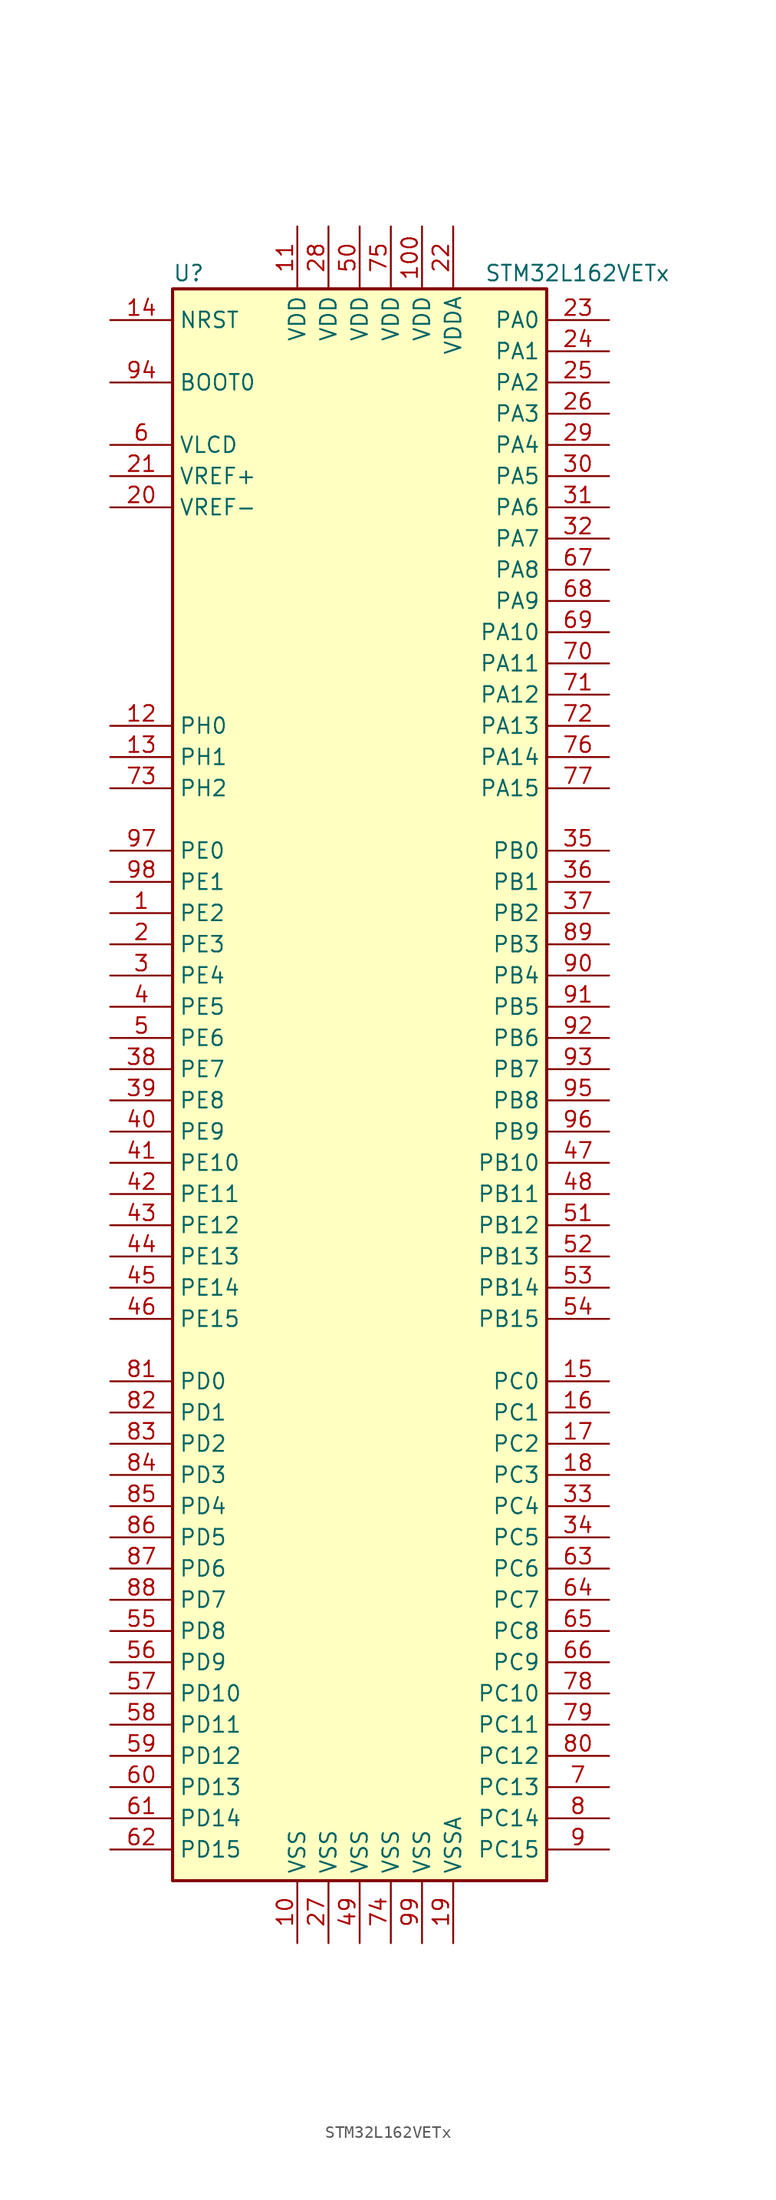
<source format=kicad_sym>
(kicad_symbol_lib
  (version 20211014)
  (generator kicad_symbol_editor)
  (symbol "STM32L162VETx"
    (property "Reference" "U"
      (at -15.24 64.77 0)
      (effects (font (size 1.27 1.27)) (justify left)))
    (property "Value" "STM32L162VETx"
      (at 10.16 64.77 0)
      (effects (font (size 1.27 1.27)) (justify left)))
    (symbol "STM32L162VETx_0_1"
      (rectangle (start -15.24 -66.04) (end 15.24 63.5) (stroke (width 0.254) (type default) (color 0 0 0 0)) (fill (type background))))
    (symbol "STM32L162VETx_1_1"
      (pin bidirectional line (at -20.32 12.7 0) (length 5.08) (name "PE2" (effects (font (size 1.27 1.27)))) (number "1" (effects (font (size 1.27 1.27)))))
      (pin power_in line (at -5.08 -71.12 90) (length 5.08) (name "VSS" (effects (font (size 1.27 1.27)))) (number "10" (effects (font (size 1.27 1.27)))))
      (pin power_in line (at 5.08 68.58 270) (length 5.08) (name "VDD" (effects (font (size 1.27 1.27)))) (number "100" (effects (font (size 1.27 1.27)))))
      (pin power_in line (at -5.08 68.58 270) (length 5.08) (name "VDD" (effects (font (size 1.27 1.27)))) (number "11" (effects (font (size 1.27 1.27)))))
      (pin input line (at -20.32 27.94 0) (length 5.08) (name "PH0" (effects (font (size 1.27 1.27)))) (number "12" (effects (font (size 1.27 1.27)))))
      (pin input line (at -20.32 25.4 0) (length 5.08) (name "PH1" (effects (font (size 1.27 1.27)))) (number "13" (effects (font (size 1.27 1.27)))))
      (pin input line (at -20.32 60.96 0) (length 5.08) (name "NRST" (effects (font (size 1.27 1.27)))) (number "14" (effects (font (size 1.27 1.27)))))
      (pin bidirectional line (at 20.32 -25.4 180) (length 5.08) (name "PC0" (effects (font (size 1.27 1.27)))) (number "15" (effects (font (size 1.27 1.27)))))
      (pin bidirectional line (at 20.32 -27.94 180) (length 5.08) (name "PC1" (effects (font (size 1.27 1.27)))) (number "16" (effects (font (size 1.27 1.27)))))
      (pin bidirectional line (at 20.32 -30.48 180) (length 5.08) (name "PC2" (effects (font (size 1.27 1.27)))) (number "17" (effects (font (size 1.27 1.27)))))
      (pin bidirectional line (at 20.32 -33.02 180) (length 5.08) (name "PC3" (effects (font (size 1.27 1.27)))) (number "18" (effects (font (size 1.27 1.27)))))
      (pin power_in line (at 7.62 -71.12 90) (length 5.08) (name "VSSA" (effects (font (size 1.27 1.27)))) (number "19" (effects (font (size 1.27 1.27)))))
      (pin bidirectional line (at -20.32 10.16 0) (length 5.08) (name "PE3" (effects (font (size 1.27 1.27)))) (number "2" (effects (font (size 1.27 1.27)))))
      (pin power_in line (at -20.32 45.72 0) (length 5.08) (name "VREF-" (effects (font (size 1.27 1.27)))) (number "20" (effects (font (size 1.27 1.27)))))
      (pin power_in line (at -20.32 48.26 0) (length 5.08) (name "VREF+" (effects (font (size 1.27 1.27)))) (number "21" (effects (font (size 1.27 1.27)))))
      (pin power_in line (at 7.62 68.58 270) (length 5.08) (name "VDDA" (effects (font (size 1.27 1.27)))) (number "22" (effects (font (size 1.27 1.27)))))
      (pin bidirectional line (at 20.32 60.96 180) (length 5.08) (name "PA0" (effects (font (size 1.27 1.27)))) (number "23" (effects (font (size 1.27 1.27)))))
      (pin bidirectional line (at 20.32 58.42 180) (length 5.08) (name "PA1" (effects (font (size 1.27 1.27)))) (number "24" (effects (font (size 1.27 1.27)))))
      (pin bidirectional line (at 20.32 55.88 180) (length 5.08) (name "PA2" (effects (font (size 1.27 1.27)))) (number "25" (effects (font (size 1.27 1.27)))))
      (pin bidirectional line (at 20.32 53.34 180) (length 5.08) (name "PA3" (effects (font (size 1.27 1.27)))) (number "26" (effects (font (size 1.27 1.27)))))
      (pin power_in line (at -2.54 -71.12 90) (length 5.08) (name "VSS" (effects (font (size 1.27 1.27)))) (number "27" (effects (font (size 1.27 1.27)))))
      (pin power_in line (at -2.54 68.58 270) (length 5.08) (name "VDD" (effects (font (size 1.27 1.27)))) (number "28" (effects (font (size 1.27 1.27)))))
      (pin bidirectional line (at 20.32 50.8 180) (length 5.08) (name "PA4" (effects (font (size 1.27 1.27)))) (number "29" (effects (font (size 1.27 1.27)))))
      (pin bidirectional line (at -20.32 7.62 0) (length 5.08) (name "PE4" (effects (font (size 1.27 1.27)))) (number "3" (effects (font (size 1.27 1.27)))))
      (pin bidirectional line (at 20.32 48.26 180) (length 5.08) (name "PA5" (effects (font (size 1.27 1.27)))) (number "30" (effects (font (size 1.27 1.27)))))
      (pin bidirectional line (at 20.32 45.72 180) (length 5.08) (name "PA6" (effects (font (size 1.27 1.27)))) (number "31" (effects (font (size 1.27 1.27)))))
      (pin bidirectional line (at 20.32 43.18 180) (length 5.08) (name "PA7" (effects (font (size 1.27 1.27)))) (number "32" (effects (font (size 1.27 1.27)))))
      (pin bidirectional line (at 20.32 -35.56 180) (length 5.08) (name "PC4" (effects (font (size 1.27 1.27)))) (number "33" (effects (font (size 1.27 1.27)))))
      (pin bidirectional line (at 20.32 -38.1 180) (length 5.08) (name "PC5" (effects (font (size 1.27 1.27)))) (number "34" (effects (font (size 1.27 1.27)))))
      (pin bidirectional line (at 20.32 17.78 180) (length 5.08) (name "PB0" (effects (font (size 1.27 1.27)))) (number "35" (effects (font (size 1.27 1.27)))))
      (pin bidirectional line (at 20.32 15.24 180) (length 5.08) (name "PB1" (effects (font (size 1.27 1.27)))) (number "36" (effects (font (size 1.27 1.27)))))
      (pin bidirectional line (at 20.32 12.7 180) (length 5.08) (name "PB2" (effects (font (size 1.27 1.27)))) (number "37" (effects (font (size 1.27 1.27)))))
      (pin bidirectional line (at -20.32 0 0) (length 5.08) (name "PE7" (effects (font (size 1.27 1.27)))) (number "38" (effects (font (size 1.27 1.27)))))
      (pin bidirectional line (at -20.32 -2.54 0) (length 5.08) (name "PE8" (effects (font (size 1.27 1.27)))) (number "39" (effects (font (size 1.27 1.27)))))
      (pin bidirectional line (at -20.32 5.08 0) (length 5.08) (name "PE5" (effects (font (size 1.27 1.27)))) (number "4" (effects (font (size 1.27 1.27)))))
      (pin bidirectional line (at -20.32 -5.08 0) (length 5.08) (name "PE9" (effects (font (size 1.27 1.27)))) (number "40" (effects (font (size 1.27 1.27)))))
      (pin bidirectional line (at -20.32 -7.62 0) (length 5.08) (name "PE10" (effects (font (size 1.27 1.27)))) (number "41" (effects (font (size 1.27 1.27)))))
      (pin bidirectional line (at -20.32 -10.16 0) (length 5.08) (name "PE11" (effects (font (size 1.27 1.27)))) (number "42" (effects (font (size 1.27 1.27)))))
      (pin bidirectional line (at -20.32 -12.7 0) (length 5.08) (name "PE12" (effects (font (size 1.27 1.27)))) (number "43" (effects (font (size 1.27 1.27)))))
      (pin bidirectional line (at -20.32 -15.24 0) (length 5.08) (name "PE13" (effects (font (size 1.27 1.27)))) (number "44" (effects (font (size 1.27 1.27)))))
      (pin bidirectional line (at -20.32 -17.78 0) (length 5.08) (name "PE14" (effects (font (size 1.27 1.27)))) (number "45" (effects (font (size 1.27 1.27)))))
      (pin bidirectional line (at -20.32 -20.32 0) (length 5.08) (name "PE15" (effects (font (size 1.27 1.27)))) (number "46" (effects (font (size 1.27 1.27)))))
      (pin bidirectional line (at 20.32 -7.62 180) (length 5.08) (name "PB10" (effects (font (size 1.27 1.27)))) (number "47" (effects (font (size 1.27 1.27)))))
      (pin bidirectional line (at 20.32 -10.16 180) (length 5.08) (name "PB11" (effects (font (size 1.27 1.27)))) (number "48" (effects (font (size 1.27 1.27)))))
      (pin power_in line (at 0 -71.12 90) (length 5.08) (name "VSS" (effects (font (size 1.27 1.27)))) (number "49" (effects (font (size 1.27 1.27)))))
      (pin bidirectional line (at -20.32 2.54 0) (length 5.08) (name "PE6" (effects (font (size 1.27 1.27)))) (number "5" (effects (font (size 1.27 1.27)))))
      (pin power_in line (at 0 68.58 270) (length 5.08) (name "VDD" (effects (font (size 1.27 1.27)))) (number "50" (effects (font (size 1.27 1.27)))))
      (pin bidirectional line (at 20.32 -12.7 180) (length 5.08) (name "PB12" (effects (font (size 1.27 1.27)))) (number "51" (effects (font (size 1.27 1.27)))))
      (pin bidirectional line (at 20.32 -15.24 180) (length 5.08) (name "PB13" (effects (font (size 1.27 1.27)))) (number "52" (effects (font (size 1.27 1.27)))))
      (pin bidirectional line (at 20.32 -17.78 180) (length 5.08) (name "PB14" (effects (font (size 1.27 1.27)))) (number "53" (effects (font (size 1.27 1.27)))))
      (pin bidirectional line (at 20.32 -20.32 180) (length 5.08) (name "PB15" (effects (font (size 1.27 1.27)))) (number "54" (effects (font (size 1.27 1.27)))))
      (pin bidirectional line (at -20.32 -45.72 0) (length 5.08) (name "PD8" (effects (font (size 1.27 1.27)))) (number "55" (effects (font (size 1.27 1.27)))))
      (pin bidirectional line (at -20.32 -48.26 0) (length 5.08) (name "PD9" (effects (font (size 1.27 1.27)))) (number "56" (effects (font (size 1.27 1.27)))))
      (pin bidirectional line (at -20.32 -50.8 0) (length 5.08) (name "PD10" (effects (font (size 1.27 1.27)))) (number "57" (effects (font (size 1.27 1.27)))))
      (pin bidirectional line (at -20.32 -53.34 0) (length 5.08) (name "PD11" (effects (font (size 1.27 1.27)))) (number "58" (effects (font (size 1.27 1.27)))))
      (pin bidirectional line (at -20.32 -55.88 0) (length 5.08) (name "PD12" (effects (font (size 1.27 1.27)))) (number "59" (effects (font (size 1.27 1.27)))))
      (pin power_in line (at -20.32 50.8 0) (length 5.08) (name "VLCD" (effects (font (size 1.27 1.27)))) (number "6" (effects (font (size 1.27 1.27)))))
      (pin bidirectional line (at -20.32 -58.42 0) (length 5.08) (name "PD13" (effects (font (size 1.27 1.27)))) (number "60" (effects (font (size 1.27 1.27)))))
      (pin bidirectional line (at -20.32 -60.96 0) (length 5.08) (name "PD14" (effects (font (size 1.27 1.27)))) (number "61" (effects (font (size 1.27 1.27)))))
      (pin bidirectional line (at -20.32 -63.5 0) (length 5.08) (name "PD15" (effects (font (size 1.27 1.27)))) (number "62" (effects (font (size 1.27 1.27)))))
      (pin bidirectional line (at 20.32 -40.64 180) (length 5.08) (name "PC6" (effects (font (size 1.27 1.27)))) (number "63" (effects (font (size 1.27 1.27)))))
      (pin bidirectional line (at 20.32 -43.18 180) (length 5.08) (name "PC7" (effects (font (size 1.27 1.27)))) (number "64" (effects (font (size 1.27 1.27)))))
      (pin bidirectional line (at 20.32 -45.72 180) (length 5.08) (name "PC8" (effects (font (size 1.27 1.27)))) (number "65" (effects (font (size 1.27 1.27)))))
      (pin bidirectional line (at 20.32 -48.26 180) (length 5.08) (name "PC9" (effects (font (size 1.27 1.27)))) (number "66" (effects (font (size 1.27 1.27)))))
      (pin bidirectional line (at 20.32 40.64 180) (length 5.08) (name "PA8" (effects (font (size 1.27 1.27)))) (number "67" (effects (font (size 1.27 1.27)))))
      (pin bidirectional line (at 20.32 38.1 180) (length 5.08) (name "PA9" (effects (font (size 1.27 1.27)))) (number "68" (effects (font (size 1.27 1.27)))))
      (pin bidirectional line (at 20.32 35.56 180) (length 5.08) (name "PA10" (effects (font (size 1.27 1.27)))) (number "69" (effects (font (size 1.27 1.27)))))
      (pin bidirectional line (at 20.32 -58.42 180) (length 5.08) (name "PC13" (effects (font (size 1.27 1.27)))) (number "7" (effects (font (size 1.27 1.27)))))
      (pin bidirectional line (at 20.32 33.02 180) (length 5.08) (name "PA11" (effects (font (size 1.27 1.27)))) (number "70" (effects (font (size 1.27 1.27)))))
      (pin bidirectional line (at 20.32 30.48 180) (length 5.08) (name "PA12" (effects (font (size 1.27 1.27)))) (number "71" (effects (font (size 1.27 1.27)))))
      (pin bidirectional line (at 20.32 27.94 180) (length 5.08) (name "PA13" (effects (font (size 1.27 1.27)))) (number "72" (effects (font (size 1.27 1.27)))))
      (pin bidirectional line (at -20.32 22.86 0) (length 5.08) (name "PH2" (effects (font (size 1.27 1.27)))) (number "73" (effects (font (size 1.27 1.27)))))
      (pin power_in line (at 2.54 -71.12 90) (length 5.08) (name "VSS" (effects (font (size 1.27 1.27)))) (number "74" (effects (font (size 1.27 1.27)))))
      (pin power_in line (at 2.54 68.58 270) (length 5.08) (name "VDD" (effects (font (size 1.27 1.27)))) (number "75" (effects (font (size 1.27 1.27)))))
      (pin bidirectional line (at 20.32 25.4 180) (length 5.08) (name "PA14" (effects (font (size 1.27 1.27)))) (number "76" (effects (font (size 1.27 1.27)))))
      (pin bidirectional line (at 20.32 22.86 180) (length 5.08) (name "PA15" (effects (font (size 1.27 1.27)))) (number "77" (effects (font (size 1.27 1.27)))))
      (pin bidirectional line (at 20.32 -50.8 180) (length 5.08) (name "PC10" (effects (font (size 1.27 1.27)))) (number "78" (effects (font (size 1.27 1.27)))))
      (pin bidirectional line (at 20.32 -53.34 180) (length 5.08) (name "PC11" (effects (font (size 1.27 1.27)))) (number "79" (effects (font (size 1.27 1.27)))))
      (pin bidirectional line (at 20.32 -60.96 180) (length 5.08) (name "PC14" (effects (font (size 1.27 1.27)))) (number "8" (effects (font (size 1.27 1.27)))))
      (pin bidirectional line (at 20.32 -55.88 180) (length 5.08) (name "PC12" (effects (font (size 1.27 1.27)))) (number "80" (effects (font (size 1.27 1.27)))))
      (pin bidirectional line (at -20.32 -25.4 0) (length 5.08) (name "PD0" (effects (font (size 1.27 1.27)))) (number "81" (effects (font (size 1.27 1.27)))))
      (pin bidirectional line (at -20.32 -27.94 0) (length 5.08) (name "PD1" (effects (font (size 1.27 1.27)))) (number "82" (effects (font (size 1.27 1.27)))))
      (pin bidirectional line (at -20.32 -30.48 0) (length 5.08) (name "PD2" (effects (font (size 1.27 1.27)))) (number "83" (effects (font (size 1.27 1.27)))))
      (pin bidirectional line (at -20.32 -33.02 0) (length 5.08) (name "PD3" (effects (font (size 1.27 1.27)))) (number "84" (effects (font (size 1.27 1.27)))))
      (pin bidirectional line (at -20.32 -35.56 0) (length 5.08) (name "PD4" (effects (font (size 1.27 1.27)))) (number "85" (effects (font (size 1.27 1.27)))))
      (pin bidirectional line (at -20.32 -38.1 0) (length 5.08) (name "PD5" (effects (font (size 1.27 1.27)))) (number "86" (effects (font (size 1.27 1.27)))))
      (pin bidirectional line (at -20.32 -40.64 0) (length 5.08) (name "PD6" (effects (font (size 1.27 1.27)))) (number "87" (effects (font (size 1.27 1.27)))))
      (pin bidirectional line (at -20.32 -43.18 0) (length 5.08) (name "PD7" (effects (font (size 1.27 1.27)))) (number "88" (effects (font (size 1.27 1.27)))))
      (pin bidirectional line (at 20.32 10.16 180) (length 5.08) (name "PB3" (effects (font (size 1.27 1.27)))) (number "89" (effects (font (size 1.27 1.27)))))
      (pin bidirectional line (at 20.32 -63.5 180) (length 5.08) (name "PC15" (effects (font (size 1.27 1.27)))) (number "9" (effects (font (size 1.27 1.27)))))
      (pin bidirectional line (at 20.32 7.62 180) (length 5.08) (name "PB4" (effects (font (size 1.27 1.27)))) (number "90" (effects (font (size 1.27 1.27)))))
      (pin bidirectional line (at 20.32 5.08 180) (length 5.08) (name "PB5" (effects (font (size 1.27 1.27)))) (number "91" (effects (font (size 1.27 1.27)))))
      (pin bidirectional line (at 20.32 2.54 180) (length 5.08) (name "PB6" (effects (font (size 1.27 1.27)))) (number "92" (effects (font (size 1.27 1.27)))))
      (pin bidirectional line (at 20.32 0 180) (length 5.08) (name "PB7" (effects (font (size 1.27 1.27)))) (number "93" (effects (font (size 1.27 1.27)))))
      (pin input line (at -20.32 55.88 0) (length 5.08) (name "BOOT0" (effects (font (size 1.27 1.27)))) (number "94" (effects (font (size 1.27 1.27)))))
      (pin bidirectional line (at 20.32 -2.54 180) (length 5.08) (name "PB8" (effects (font (size 1.27 1.27)))) (number "95" (effects (font (size 1.27 1.27)))))
      (pin bidirectional line (at 20.32 -5.08 180) (length 5.08) (name "PB9" (effects (font (size 1.27 1.27)))) (number "96" (effects (font (size 1.27 1.27)))))
      (pin bidirectional line (at -20.32 17.78 0) (length 5.08) (name "PE0" (effects (font (size 1.27 1.27)))) (number "97" (effects (font (size 1.27 1.27)))))
      (pin bidirectional line (at -20.32 15.24 0) (length 5.08) (name "PE1" (effects (font (size 1.27 1.27)))) (number "98" (effects (font (size 1.27 1.27)))))
      (pin power_in line (at 5.08 -71.12 90) (length 5.08) (name "VSS" (effects (font (size 1.27 1.27)))) (number "99" (effects (font (size 1.27 1.27))))))))
</source>
